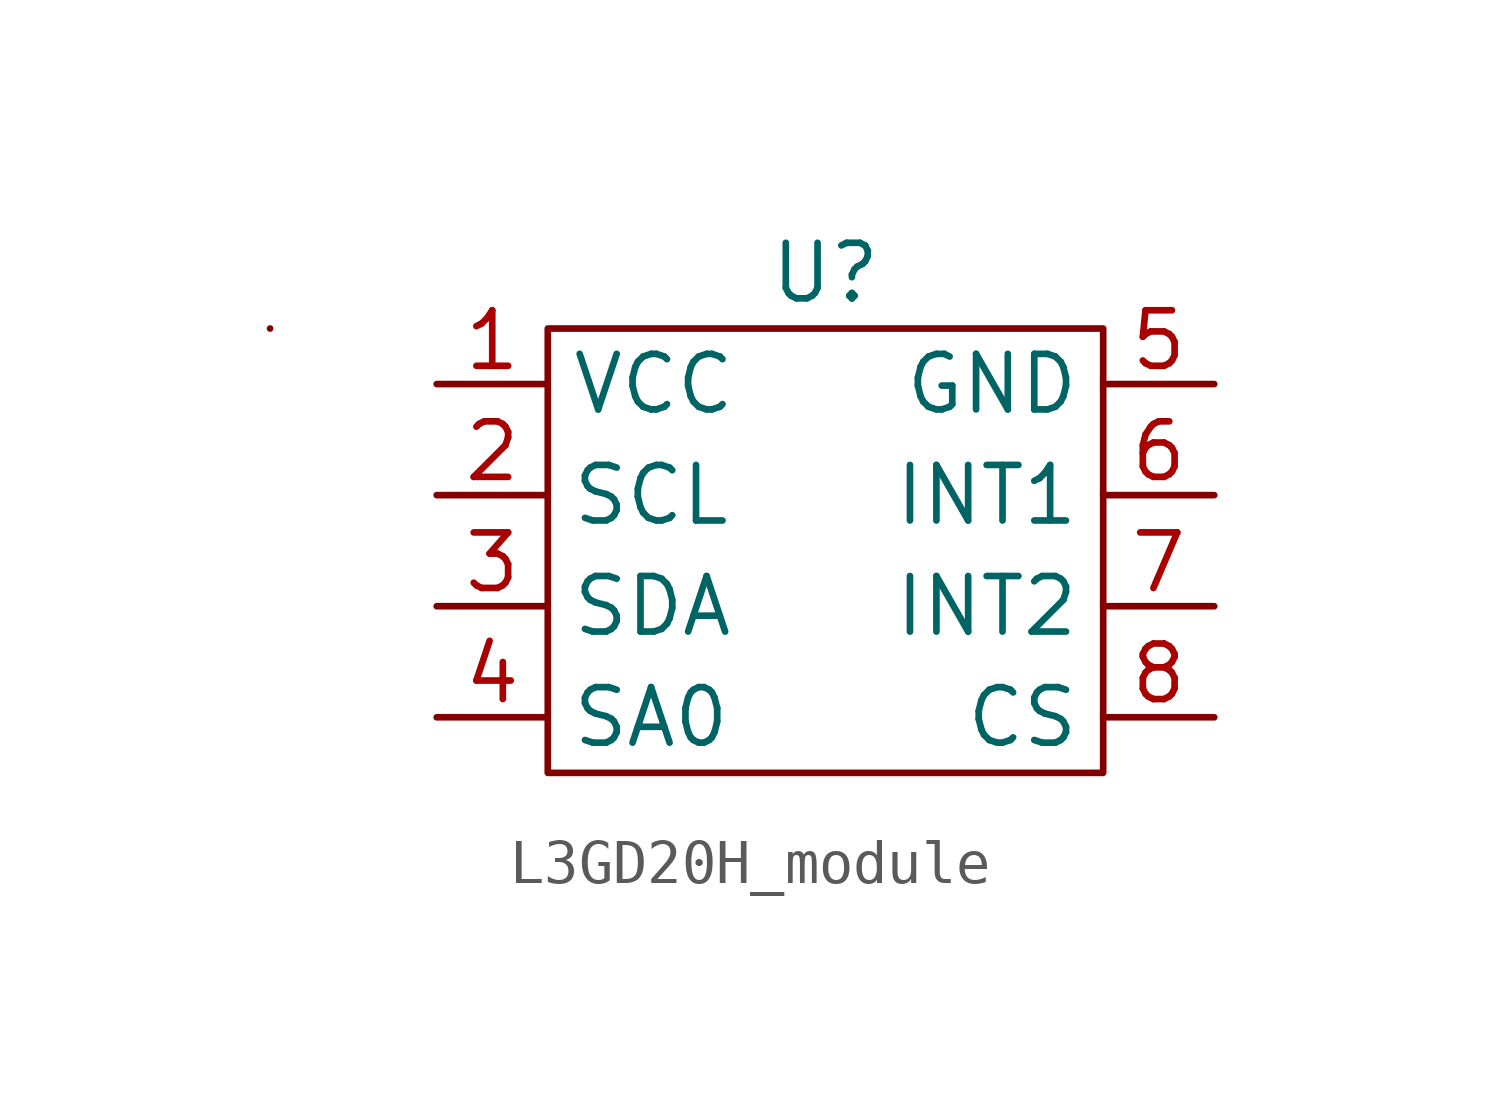
<source format=kicad_sym>
(kicad_symbol_lib
  (version 20220914)
  (generator kicad_symbol_editor)
  (symbol "L3GD20H_module"
    (property "Reference" "U"
      (at 0 6.35 0)
      (effects (font (size 1.27 1.27))))
    (property "Value" ""
      (at -2.54 -2.54 0)
      (effects (font (size 1.27 1.27))))
    (symbol "L3GD20H_module_0_1"
      (rectangle (start -12.7 5.08) (end -12.7 5.08) (stroke (width 0) (type default)) (fill (type none)))
      (rectangle (start -6.35 5.08) (end 6.35 -5.08) (stroke (width 0) (type default)) (fill (type none))))
    (symbol "L3GD20H_module_1_1"
      (pin power_in line (at -8.89 3.81 0) (length 2.54) (name "VCC" (effects (font (size 1.27 1.27)))) (number "1" (effects (font (size 1.27 1.27)))))
      (pin output line (at -8.89 1.27 0) (length 2.54) (name "SCL" (effects (font (size 1.27 1.27)))) (number "2" (effects (font (size 1.27 1.27)))))
      (pin output line (at -8.89 -1.27 0) (length 2.54) (name "SDA" (effects (font (size 1.27 1.27)))) (number "3" (effects (font (size 1.27 1.27)))))
      (pin output line (at -8.89 -3.81 0) (length 2.54) (name "SA0" (effects (font (size 1.27 1.27)))) (number "4" (effects (font (size 1.27 1.27)))))
      (pin power_in line (at 8.89 3.81 180) (length 2.54) (name "GND" (effects (font (size 1.27 1.27)))) (number "5" (effects (font (size 1.27 1.27)))))
      (pin output line (at 8.89 1.27 180) (length 2.54) (name "INT1" (effects (font (size 1.27 1.27)))) (number "6" (effects (font (size 1.27 1.27)))))
      (pin output line (at 8.89 -1.27 180) (length 2.54) (name "INT2" (effects (font (size 1.27 1.27)))) (number "7" (effects (font (size 1.27 1.27)))))
      (pin output line (at 8.89 -3.81 180) (length 2.54) (name "CS" (effects (font (size 1.27 1.27)))) (number "8" (effects (font (size 1.27 1.27))))))))
</source>
